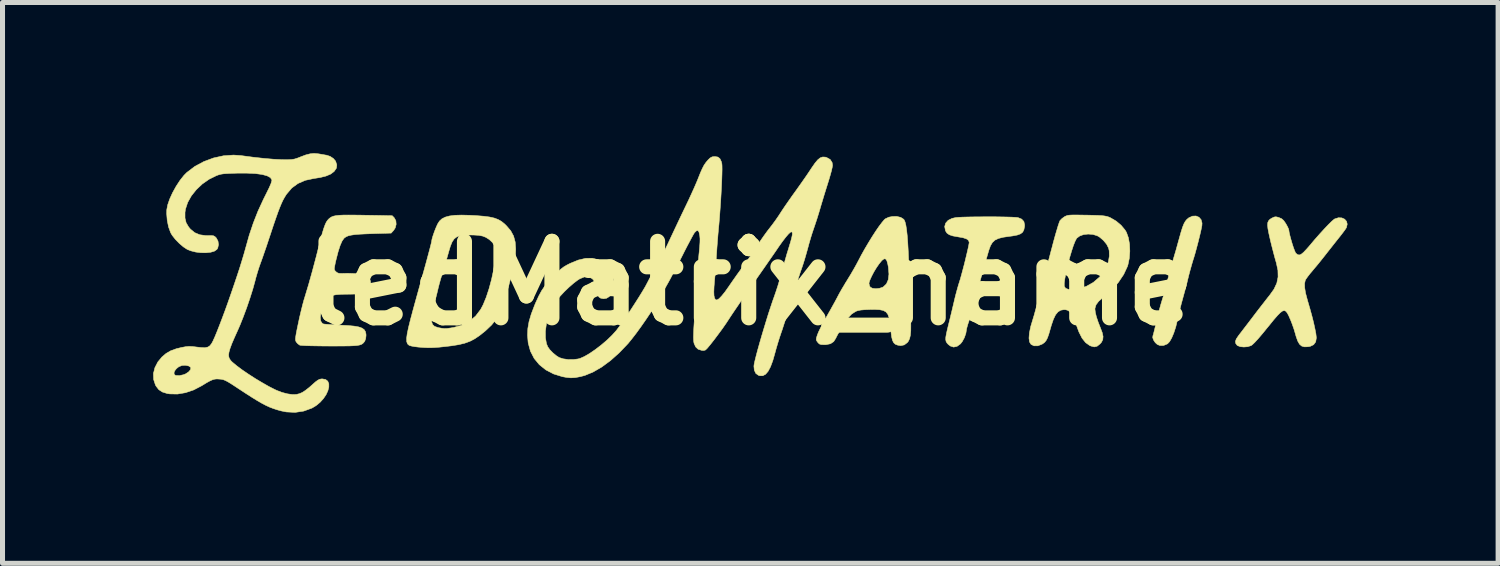
<source format=kicad_pcb>
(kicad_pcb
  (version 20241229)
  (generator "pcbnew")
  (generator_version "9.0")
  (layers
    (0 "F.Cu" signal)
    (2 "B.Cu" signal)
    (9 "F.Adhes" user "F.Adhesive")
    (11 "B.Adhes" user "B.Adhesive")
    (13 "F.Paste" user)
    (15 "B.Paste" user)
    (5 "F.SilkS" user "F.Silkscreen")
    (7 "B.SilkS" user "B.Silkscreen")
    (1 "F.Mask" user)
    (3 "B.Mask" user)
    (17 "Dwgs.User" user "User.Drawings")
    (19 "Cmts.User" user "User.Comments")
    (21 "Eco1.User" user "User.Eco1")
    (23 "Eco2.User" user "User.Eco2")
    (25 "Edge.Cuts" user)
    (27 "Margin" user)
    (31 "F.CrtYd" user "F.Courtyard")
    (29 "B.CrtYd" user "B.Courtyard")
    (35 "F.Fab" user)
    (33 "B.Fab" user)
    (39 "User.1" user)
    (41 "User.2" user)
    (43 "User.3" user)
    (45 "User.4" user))
  (footprint "ledMatrix_name"
    (layer "F.Cu")
    (at 11.896 2.59)
    (property "Reference" "ledMatrix_name" (at 0 0 0) (layer "F.SilkS") (effects (font (size 1.524 1.524) (thickness 0.3))))
    (attr through_hole)
    (fp_poly (pts (xy 8.93 -1.314) (xy 8.972 -1.266) (xy 8.991 -1.198) (xy 8.988 -1.146) (xy 8.971 -1.061) (xy 8.946 -0.953) (xy 8.916 -0.831) (xy 8.883 -0.706) (xy 8.851 -0.588) (xy 8.821 -0.488) (xy 8.817 -0.478) (xy 8.787 -0.377) (xy 8.754 -0.26) (xy 8.724 -0.147) (xy 8.715 -0.109) (xy 8.691 -0.009) (xy 8.66 0.108) (xy 8.628 0.226) (xy 8.608 0.299) (xy 8.577 0.412) (xy 8.545 0.541) (xy 8.515 0.666) (xy 8.5 0.735) (xy 8.468 0.869) (xy 8.429 0.989) (xy 8.387 1.089) (xy 8.344 1.164) (xy 8.303 1.207) (xy 8.224 1.24) (xy 8.148 1.239) (xy 8.099 1.218) (xy 8.059 1.182) (xy 8.027 1.134) (xy 8.009 1.086) (xy 8.012 1.05) (xy 8.012 1.049) (xy 8.02 1.025) (xy 8.033 0.974) (xy 8.051 0.901) (xy 8.071 0.814) (xy 8.075 0.796) (xy 8.101 0.682) (xy 8.133 0.557) (xy 8.166 0.437) (xy 8.19 0.356) (xy 8.223 0.248) (xy 8.257 0.126) (xy 8.287 0.009) (xy 8.301 -0.047) (xy 8.328 -0.154) (xy 8.36 -0.277) (xy 8.394 -0.395) (xy 8.409 -0.445) (xy 8.438 -0.543) (xy 8.473 -0.662) (xy 8.507 -0.785) (xy 8.536 -0.889) (xy 8.571 -1.014) (xy 8.601 -1.11) (xy 8.629 -1.181) (xy 8.657 -1.232) (xy 8.688 -1.27) (xy 8.724 -1.3) (xy 8.726 -1.302) (xy 8.801 -1.336) (xy 8.871 -1.339) (xy 8.93 -1.314)) (stroke (width 0.01) (type solid)) (fill yes) (layer "F.SilkS"))
    (fp_poly (pts (xy 4.847 -1.323) (xy 4.977 -1.321) (xy 5.095 -1.319) (xy 5.195 -1.316) (xy 5.272 -1.312) (xy 5.319 -1.308) (xy 5.325 -1.307) (xy 5.399 -1.277) (xy 5.443 -1.229) (xy 5.458 -1.16) (xy 5.456 -1.127) (xy 5.443 -1.064) (xy 5.419 -1.017) (xy 5.377 -0.984) (xy 5.313 -0.96) (xy 5.22 -0.942) (xy 5.158 -0.934) (xy 5.033 -0.916) (xy 4.938 -0.892) (xy 4.868 -0.859) (xy 4.817 -0.812) (xy 4.778 -0.747) (xy 4.747 -0.662) (xy 4.727 -0.594) (xy 4.7 -0.501) (xy 4.668 -0.39) (xy 4.633 -0.265) (xy 4.596 -0.133) (xy 4.559 0.000149) (xy 4.524 0.128) (xy 4.493 0.244) (xy 4.466 0.344) (xy 4.446 0.419) (xy 4.436 0.463) (xy 4.415 0.543) (xy 4.387 0.639) (xy 4.357 0.73) (xy 4.354 0.74) (xy 4.329 0.812) (xy 4.311 0.874) (xy 4.301 0.915) (xy 4.3 0.923) (xy 4.288 0.998) (xy 4.258 1.084) (xy 4.216 1.162) (xy 4.181 1.207) (xy 4.112 1.257) (xy 4.044 1.272) (xy 3.978 1.25) (xy 3.936 1.217) (xy 3.911 1.189) (xy 3.894 1.16) (xy 3.887 1.125) (xy 3.888 1.077) (xy 3.899 1.012) (xy 3.919 0.922) (xy 3.947 0.807) (xy 3.975 0.693) (xy 4.005 0.57) (xy 4.033 0.452) (xy 4.056 0.355) (xy 4.056 0.354) (xy 4.081 0.25) (xy 4.111 0.138) (xy 4.14 0.035) (xy 4.154 -0.009) (xy 4.176 -0.079) (xy 4.201 -0.169) (xy 4.229 -0.273) (xy 4.258 -0.383) (xy 4.285 -0.494) (xy 4.31 -0.598) (xy 4.331 -0.689) (xy 4.346 -0.761) (xy 4.354 -0.806) (xy 4.354 -0.815) (xy 4.341 -0.853) (xy 4.3 -0.883) (xy 4.228 -0.907) (xy 4.128 -0.924) (xy 4.028 -0.942) (xy 3.957 -0.966) (xy 3.911 -0.999) (xy 3.882 -1.044) (xy 3.881 -1.049) (xy 3.866 -1.128) (xy 3.885 -1.196) (xy 3.935 -1.252) (xy 4.013 -1.291) (xy 4.084 -1.307) (xy 4.137 -1.312) (xy 4.218 -1.316) (xy 4.322 -1.319) (xy 4.443 -1.321) (xy 4.574 -1.322) (xy 4.711 -1.323) (xy 4.847 -1.323)) (stroke (width 0.01) (type solid)) (fill yes) (layer "F.SilkS"))
    (fp_poly (pts (xy 2.917 -1.329) (xy 2.991 -1.311) (xy 3.046 -1.276) (xy 3.059 -1.261) (xy 3.077 -1.22) (xy 3.093 -1.156) (xy 3.107 -1.066) (xy 3.12 -0.949) (xy 3.131 -0.803) (xy 3.141 -0.625) (xy 3.15 -0.414) (xy 3.157 -0.208) (xy 3.162 -0.045) (xy 3.167 0.117) (xy 3.172 0.272) (xy 3.177 0.414) (xy 3.181 0.537) (xy 3.185 0.634) (xy 3.187 0.682) (xy 3.192 0.829) (xy 3.191 0.945) (xy 3.183 1.035) (xy 3.167 1.103) (xy 3.144 1.153) (xy 3.124 1.18) (xy 3.061 1.228) (xy 2.99 1.243) (xy 2.926 1.232) (xy 2.882 1.214) (xy 2.85 1.184) (xy 2.827 1.138) (xy 2.81 1.07) (xy 2.797 0.973) (xy 2.792 0.926) (xy 2.778 0.793) (xy 2.76 0.693) (xy 2.735 0.621) (xy 2.697 0.572) (xy 2.643 0.542) (xy 2.568 0.527) (xy 2.468 0.522) (xy 2.388 0.523) (xy 2.278 0.527) (xy 2.196 0.534) (xy 2.136 0.546) (xy 2.097 0.56) (xy 2.014 0.613) (xy 1.937 0.694) (xy 1.871 0.794) (xy 1.866 0.803) (xy 1.83 0.869) (xy 1.788 0.937) (xy 1.777 0.953) (xy 1.74 1.013) (xy 1.707 1.075) (xy 1.7 1.092) (xy 1.656 1.162) (xy 1.592 1.205) (xy 1.504 1.223) (xy 1.473 1.224) (xy 1.413 1.222) (xy 1.375 1.212) (xy 1.348 1.189) (xy 1.337 1.175) (xy 1.316 1.146) (xy 1.308 1.121) (xy 1.312 1.089) (xy 1.328 1.038) (xy 1.334 1.021) (xy 1.355 0.969) (xy 1.391 0.895) (xy 1.437 0.805) (xy 1.49 0.709) (xy 1.521 0.654) (xy 1.578 0.554) (xy 1.633 0.455) (xy 1.683 0.365) (xy 1.722 0.292) (xy 1.736 0.265) (xy 1.77 0.201) (xy 1.818 0.116) (xy 1.874 0.023) (xy 1.883 0.007) (xy 2.359 0.007) (xy 2.37 0.054) (xy 2.387 0.08) (xy 2.43 0.102) (xy 2.494 0.109) (xy 2.565 0.102) (xy 2.629 0.081) (xy 2.645 0.072) (xy 2.706 0.014) (xy 2.743 -0.071) (xy 2.756 -0.181) (xy 2.745 -0.317) (xy 2.733 -0.381) (xy 2.714 -0.449) (xy 2.689 -0.484) (xy 2.657 -0.485) (xy 2.615 -0.453) (xy 2.561 -0.387) (xy 2.56 -0.386) (xy 2.506 -0.308) (xy 2.455 -0.223) (xy 2.411 -0.139) (xy 2.378 -0.066) (xy 2.36 -0.009) (xy 2.359 0.007) (xy 1.883 0.007) (xy 1.93 -0.069) (xy 1.932 -0.073) (xy 1.991 -0.169) (xy 2.051 -0.272) (xy 2.106 -0.37) (xy 2.147 -0.447) (xy 2.207 -0.562) (xy 2.275 -0.683) (xy 2.347 -0.805) (xy 2.42 -0.924) (xy 2.491 -1.034) (xy 2.557 -1.13) (xy 2.615 -1.207) (xy 2.66 -1.261) (xy 2.683 -1.282) (xy 2.753 -1.315) (xy 2.834 -1.33) (xy 2.917 -1.329)) (stroke (width 0.01) (type solid)) (fill yes) (layer "F.SilkS"))
    (fp_poly (pts (xy 10.507 -1.313) (xy 10.526 -1.306) (xy 10.578 -1.283) (xy 10.617 -1.248) (xy 10.657 -1.19) (xy 10.662 -1.182) (xy 10.693 -1.126) (xy 10.714 -1.079) (xy 10.72 -1.055) (xy 10.726 -1.012) (xy 10.741 -0.947) (xy 10.762 -0.869) (xy 10.786 -0.787) (xy 10.811 -0.71) (xy 10.835 -0.646) (xy 10.853 -0.606) (xy 10.858 -0.599) (xy 10.891 -0.571) (xy 10.925 -0.562) (xy 10.963 -0.575) (xy 11.01 -0.613) (xy 11.071 -0.677) (xy 11.117 -0.729) (xy 11.229 -0.862) (xy 11.334 -0.981) (xy 11.428 -1.084) (xy 11.508 -1.168) (xy 11.572 -1.231) (xy 11.617 -1.27) (xy 11.631 -1.28) (xy 11.706 -1.304) (xy 11.774 -1.301) (xy 11.83 -1.276) (xy 11.868 -1.233) (xy 11.882 -1.177) (xy 11.867 -1.111) (xy 11.862 -1.101) (xy 11.843 -1.072) (xy 11.806 -1.021) (xy 11.757 -0.957) (xy 11.703 -0.889) (xy 11.633 -0.801) (xy 11.555 -0.702) (xy 11.481 -0.608) (xy 11.442 -0.558) (xy 11.373 -0.471) (xy 11.295 -0.374) (xy 11.219 -0.284) (xy 11.192 -0.251) (xy 11.137 -0.186) (xy 11.091 -0.126) (xy 11.059 -0.08) (xy 11.047 -0.059) (xy 11.033 0.006) (xy 11.035 0.089) (xy 11.052 0.195) (xy 11.087 0.327) (xy 11.095 0.356) (xy 11.139 0.507) (xy 11.179 0.652) (xy 11.213 0.787) (xy 11.239 0.907) (xy 11.258 1.004) (xy 11.266 1.075) (xy 11.267 1.089) (xy 11.254 1.168) (xy 11.213 1.224) (xy 11.145 1.257) (xy 11.098 1.265) (xy 11.029 1.267) (xy 10.975 1.251) (xy 10.932 1.214) (xy 10.896 1.151) (xy 10.863 1.057) (xy 10.849 1.007) (xy 10.822 0.915) (xy 10.786 0.813) (xy 10.75 0.721) (xy 10.748 0.718) (xy 10.716 0.645) (xy 10.687 0.591) (xy 10.659 0.557) (xy 10.628 0.544) (xy 10.592 0.554) (xy 10.547 0.588) (xy 10.49 0.646) (xy 10.417 0.73) (xy 10.327 0.842) (xy 10.296 0.879) (xy 10.195 1.003) (xy 10.11 1.103) (xy 10.042 1.177) (xy 9.992 1.225) (xy 9.968 1.242) (xy 9.899 1.264) (xy 9.823 1.27) (xy 9.752 1.263) (xy 9.698 1.242) (xy 9.688 1.234) (xy 9.661 1.197) (xy 9.656 1.158) (xy 9.673 1.11) (xy 9.716 1.046) (xy 9.734 1.022) (xy 9.772 0.973) (xy 9.827 0.901) (xy 9.893 0.815) (xy 9.964 0.722) (xy 10.023 0.644) (xy 10.097 0.547) (xy 10.173 0.449) (xy 10.243 0.359) (xy 10.302 0.283) (xy 10.336 0.241) (xy 10.424 0.118) (xy 10.48 -0.002) (xy 10.505 -0.125) (xy 10.502 -0.257) (xy 10.47 -0.407) (xy 10.461 -0.437) (xy 10.44 -0.511) (xy 10.414 -0.609) (xy 10.385 -0.721) (xy 10.357 -0.833) (xy 10.349 -0.868) (xy 10.321 -0.993) (xy 10.303 -1.087) (xy 10.296 -1.157) (xy 10.3 -1.208) (xy 10.317 -1.245) (xy 10.345 -1.274) (xy 10.382 -1.297) (xy 10.427 -1.318) (xy 10.462 -1.323) (xy 10.507 -1.313)) (stroke (width 0.01) (type solid)) (fill yes) (layer "F.SilkS"))
    (fp_poly (pts (xy -7.875 -1.357) (xy -7.711 -1.355) (xy -7.678 -1.354) (xy -7.542 -1.352) (xy -7.419 -1.35) (xy -7.312 -1.348) (xy -7.227 -1.346) (xy -7.167 -1.345) (xy -7.138 -1.344) (xy -7.135 -1.344) (xy -7.122 -1.331) (xy -7.095 -1.303) (xy -7.063 -1.244) (xy -7.057 -1.173) (xy -7.076 -1.101) (xy -7.107 -1.053) (xy -7.157 -0.998) (xy -7.511 -0.988) (xy -7.665 -0.982) (xy -7.788 -0.976) (xy -7.884 -0.968) (xy -7.956 -0.957) (xy -8.011 -0.944) (xy -8.053 -0.926) (xy -8.085 -0.904) (xy -8.096 -0.894) (xy -8.134 -0.84) (xy -8.173 -0.751) (xy -8.213 -0.627) (xy -8.253 -0.471) (xy -8.267 -0.412) (xy -8.281 -0.341) (xy -8.288 -0.297) (xy -8.286 -0.269) (xy -8.275 -0.249) (xy -8.257 -0.23) (xy -8.23 -0.209) (xy -8.198 -0.197) (xy -8.148 -0.194) (xy -8.096 -0.196) (xy -8.015 -0.197) (xy -7.919 -0.194) (xy -7.827 -0.19) (xy -7.821 -0.189) (xy -7.743 -0.182) (xy -7.691 -0.173) (xy -7.656 -0.158) (xy -7.626 -0.136) (xy -7.617 -0.126) (xy -7.582 -0.084) (xy -7.568 -0.036) (xy -7.566 0.009) (xy -7.57 0.075) (xy -7.584 0.126) (xy -7.613 0.163) (xy -7.661 0.189) (xy -7.732 0.206) (xy -7.829 0.214) (xy -7.958 0.218) (xy -8 0.218) (xy -8.14 0.22) (xy -8.25 0.228) (xy -8.333 0.244) (xy -8.396 0.271) (xy -8.444 0.312) (xy -8.48 0.368) (xy -8.512 0.442) (xy -8.52 0.464) (xy -8.555 0.585) (xy -8.568 0.682) (xy -8.559 0.754) (xy -8.528 0.799) (xy -8.512 0.809) (xy -8.485 0.814) (xy -8.428 0.819) (xy -8.347 0.825) (xy -8.25 0.831) (xy -8.164 0.835) (xy -8.013 0.843) (xy -7.894 0.854) (xy -7.804 0.87) (xy -7.739 0.893) (xy -7.695 0.923) (xy -7.67 0.962) (xy -7.658 1.012) (xy -7.657 1.044) (xy -7.664 1.102) (xy -7.681 1.151) (xy -7.685 1.157) (xy -7.704 1.183) (xy -7.725 1.203) (xy -7.751 1.219) (xy -7.788 1.231) (xy -7.838 1.24) (xy -7.905 1.245) (xy -7.995 1.249) (xy -8.109 1.25) (xy -8.254 1.251) (xy -8.377 1.251) (xy -8.517 1.25) (xy -8.647 1.248) (xy -8.762 1.246) (xy -8.857 1.243) (xy -8.928 1.239) (xy -8.968 1.235) (xy -8.975 1.234) (xy -9.015 1.206) (xy -9.045 1.172) (xy -9.055 1.154) (xy -9.061 1.133) (xy -9.062 1.104) (xy -9.057 1.062) (xy -9.047 1) (xy -9.03 0.914) (xy -9.007 0.804) (xy -8.981 0.682) (xy -8.951 0.555) (xy -8.921 0.434) (xy -8.893 0.331) (xy -8.878 0.283) (xy -8.801 0.028) (xy -8.725 -0.244) (xy -8.646 -0.541) (xy -8.599 -0.728) (xy -8.56 -0.879) (xy -8.527 -1) (xy -8.498 -1.094) (xy -8.472 -1.165) (xy -8.448 -1.217) (xy -8.422 -1.255) (xy -8.398 -1.281) (xy -8.37 -1.304) (xy -8.34 -1.322) (xy -8.303 -1.336) (xy -8.255 -1.346) (xy -8.193 -1.353) (xy -8.111 -1.357) (xy -8.006 -1.358) (xy -7.875 -1.357)) (stroke (width 0.01) (type solid)) (fill yes) (layer "F.SilkS"))
    (fp_poly (pts (xy -5.592 -1.353) (xy -5.461 -1.346) (xy -5.314 -1.334) (xy -5.198 -1.319) (xy -5.104 -1.298) (xy -5.027 -1.269) (xy -4.959 -1.23) (xy -4.895 -1.178) (xy -4.861 -1.144) (xy -4.776 -1.045) (xy -4.719 -0.94) (xy -4.687 -0.822) (xy -4.677 -0.683) (xy -4.677 -0.671) (xy -4.68 -0.588) (xy -4.686 -0.507) (xy -4.694 -0.444) (xy -4.696 -0.435) (xy -4.732 -0.281) (xy -4.771 -0.121) (xy -4.812 0.037) (xy -4.854 0.187) (xy -4.895 0.324) (xy -4.933 0.443) (xy -4.967 0.536) (xy -4.989 0.589) (xy -5.062 0.714) (xy -5.156 0.831) (xy -5.279 0.948) (xy -5.288 0.955) (xy -5.393 1.039) (xy -5.49 1.105) (xy -5.587 1.156) (xy -5.691 1.194) (xy -5.811 1.223) (xy -5.954 1.246) (xy -6.073 1.26) (xy -6.192 1.273) (xy -6.286 1.28) (xy -6.366 1.284) (xy -6.442 1.283) (xy -6.525 1.279) (xy -6.622 1.271) (xy -6.694 1.262) (xy -6.757 1.25) (xy -6.796 1.238) (xy -6.798 1.237) (xy -6.83 1.209) (xy -6.847 1.164) (xy -6.849 1.097) (xy -6.837 1.006) (xy -6.814 0.896) (xy -6.803 0.848) (xy -6.791 0.803) (xy -6.78 0.756) (xy -6.767 0.705) (xy -6.759 0.676) (xy -6.354 0.676) (xy -6.352 0.762) (xy -6.333 0.821) (xy -6.293 0.859) (xy -6.227 0.882) (xy -6.204 0.887) (xy -6.143 0.898) (xy -6.093 0.903) (xy -6.042 0.901) (xy -5.978 0.892) (xy -5.911 0.881) (xy -5.744 0.834) (xy -5.598 0.758) (xy -5.474 0.653) (xy -5.373 0.52) (xy -5.325 0.429) (xy -5.264 0.281) (xy -5.207 0.108) (xy -5.157 -0.078) (xy -5.117 -0.265) (xy -5.1 -0.368) (xy -5.083 -0.503) (xy -5.077 -0.609) (xy -5.084 -0.691) (xy -5.104 -0.757) (xy -5.139 -0.811) (xy -5.191 -0.86) (xy -5.211 -0.876) (xy -5.271 -0.914) (xy -5.335 -0.939) (xy -5.412 -0.954) (xy -5.511 -0.96) (xy -5.577 -0.961) (xy -5.693 -0.957) (xy -5.782 -0.947) (xy -5.85 -0.923) (xy -5.902 -0.883) (xy -5.943 -0.822) (xy -5.978 -0.736) (xy -6.013 -0.619) (xy -6.022 -0.586) (xy -6.053 -0.477) (xy -6.088 -0.356) (xy -6.122 -0.242) (xy -6.141 -0.181) (xy -6.171 -0.085) (xy -6.199 0.015) (xy -6.222 0.106) (xy -6.231 0.145) (xy -6.253 0.236) (xy -6.28 0.337) (xy -6.304 0.418) (xy -6.328 0.504) (xy -6.346 0.598) (xy -6.354 0.676) (xy -6.759 0.676) (xy -6.751 0.647) (xy -6.733 0.577) (xy -6.71 0.493) (xy -6.682 0.391) (xy -6.648 0.268) (xy -6.607 0.12) (xy -6.558 -0.056) (xy -6.501 -0.263) (xy -6.496 -0.281) (xy -6.459 -0.415) (xy -6.426 -0.538) (xy -6.397 -0.646) (xy -6.374 -0.734) (xy -6.358 -0.799) (xy -6.35 -0.834) (xy -6.35 -0.839) (xy -6.343 -0.879) (xy -6.325 -0.941) (xy -6.299 -1.017) (xy -6.269 -1.095) (xy -6.238 -1.165) (xy -6.23 -1.182) (xy -6.194 -1.238) (xy -6.145 -1.283) (xy -6.08 -1.316) (xy -5.996 -1.339) (xy -5.888 -1.353) (xy -5.755 -1.357) (xy -5.592 -1.353)) (stroke (width 0.01) (type solid)) (fill yes) (layer "F.SilkS"))
    (fp_poly (pts (xy 6.553 -1.358) (xy 6.674 -1.356) (xy 6.697 -1.356) (xy 6.823 -1.353) (xy 6.92 -1.35) (xy 6.992 -1.346) (xy 7.046 -1.34) (xy 7.088 -1.332) (xy 7.123 -1.322) (xy 7.158 -1.308) (xy 7.171 -1.301) (xy 7.281 -1.237) (xy 7.38 -1.153) (xy 7.459 -1.058) (xy 7.486 -1.012) (xy 7.524 -0.906) (xy 7.547 -0.778) (xy 7.553 -0.639) (xy 7.543 -0.499) (xy 7.516 -0.369) (xy 7.505 -0.334) (xy 7.431 -0.175) (xy 7.324 -0.016) (xy 7.188 0.136) (xy 7.025 0.278) (xy 7.017 0.285) (xy 6.932 0.36) (xy 6.88 0.43) (xy 6.859 0.499) (xy 6.858 0.515) (xy 6.866 0.582) (xy 6.888 0.672) (xy 6.923 0.776) (xy 6.965 0.883) (xy 7.003 0.983) (xy 7.02 1.061) (xy 7.014 1.123) (xy 6.988 1.176) (xy 6.96 1.208) (xy 6.902 1.254) (xy 6.845 1.268) (xy 6.779 1.251) (xy 6.753 1.24) (xy 6.672 1.182) (xy 6.601 1.093) (xy 6.539 0.97) (xy 6.514 0.903) (xy 6.468 0.777) (xy 6.429 0.682) (xy 6.393 0.613) (xy 6.358 0.568) (xy 6.321 0.541) (xy 6.278 0.528) (xy 6.241 0.526) (xy 6.178 0.537) (xy 6.123 0.57) (xy 6.074 0.629) (xy 6.031 0.718) (xy 5.99 0.838) (xy 5.97 0.907) (xy 5.94 1.012) (xy 5.913 1.088) (xy 5.885 1.142) (xy 5.853 1.18) (xy 5.813 1.209) (xy 5.806 1.213) (xy 5.722 1.246) (xy 5.646 1.247) (xy 5.586 1.218) (xy 5.556 1.17) (xy 5.545 1.094) (xy 5.553 0.99) (xy 5.58 0.86) (xy 5.616 0.74) (xy 5.647 0.638) (xy 5.68 0.517) (xy 5.712 0.394) (xy 5.732 0.309) (xy 5.756 0.208) (xy 5.781 0.106) (xy 5.796 0.053) (xy 6.247 0.053) (xy 6.248 0.062) (xy 6.274 0.101) (xy 6.329 0.122) (xy 6.414 0.125) (xy 6.529 0.11) (xy 6.533 0.109) (xy 6.685 0.063) (xy 6.824 -0.015) (xy 6.947 -0.12) (xy 7.047 -0.248) (xy 7.087 -0.321) (xy 7.126 -0.428) (xy 7.145 -0.541) (xy 7.142 -0.647) (xy 7.13 -0.699) (xy 7.091 -0.776) (xy 7.028 -0.852) (xy 6.954 -0.916) (xy 6.903 -0.946) (xy 6.817 -0.972) (xy 6.724 -0.979) (xy 6.633 -0.969) (xy 6.555 -0.941) (xy 6.499 -0.899) (xy 6.489 -0.886) (xy 6.461 -0.831) (xy 6.429 -0.75) (xy 6.396 -0.65) (xy 6.362 -0.537) (xy 6.33 -0.417) (xy 6.301 -0.297) (xy 6.276 -0.183) (xy 6.258 -0.083) (xy 6.247 -0.002) (xy 6.247 0.053) (xy 5.796 0.053) (xy 5.805 0.016) (xy 5.824 -0.047) (xy 5.839 -0.097) (xy 5.861 -0.177) (xy 5.889 -0.28) (xy 5.921 -0.401) (xy 5.956 -0.533) (xy 5.992 -0.671) (xy 5.997 -0.688) (xy 6.032 -0.822) (xy 6.066 -0.946) (xy 6.098 -1.055) (xy 6.125 -1.145) (xy 6.147 -1.21) (xy 6.161 -1.245) (xy 6.164 -1.249) (xy 6.202 -1.288) (xy 6.253 -1.325) (xy 6.26 -1.329) (xy 6.284 -1.34) (xy 6.31 -1.349) (xy 6.345 -1.355) (xy 6.393 -1.358) (xy 6.461 -1.359) (xy 6.553 -1.358)) (stroke (width 0.01) (type solid)) (fill yes) (layer "F.SilkS"))
    (fp_poly (pts (xy -8.613 -2.578) (xy -8.586 -2.574) (xy -8.522 -2.563) (xy -8.467 -2.553) (xy -8.444 -2.55) (xy -8.372 -2.526) (xy -8.307 -2.483) (xy -8.264 -2.432) (xy -8.239 -2.357) (xy -8.247 -2.292) (xy -8.29 -2.229) (xy -8.297 -2.222) (xy -8.361 -2.174) (xy -8.45 -2.136) (xy -8.567 -2.106) (xy -8.7 -2.085) (xy -8.868 -2.049) (xy -9.013 -1.986) (xy -9.136 -1.896) (xy -9.237 -1.777) (xy -9.246 -1.765) (xy -9.279 -1.712) (xy -9.31 -1.656) (xy -9.341 -1.59) (xy -9.374 -1.511) (xy -9.411 -1.414) (xy -9.453 -1.295) (xy -9.503 -1.15) (xy -9.556 -0.989) (xy -9.599 -0.861) (xy -9.641 -0.734) (xy -9.682 -0.616) (xy -9.717 -0.514) (xy -9.745 -0.436) (xy -9.755 -0.41) (xy -9.786 -0.322) (xy -9.82 -0.215) (xy -9.852 -0.105) (xy -9.869 -0.038) (xy -9.913 0.121) (xy -9.97 0.301) (xy -10.034 0.489) (xy -10.103 0.674) (xy -10.171 0.844) (xy -10.216 0.946) (xy -10.281 1.09) (xy -10.331 1.207) (xy -10.365 1.299) (xy -10.386 1.372) (xy -10.394 1.429) (xy -10.388 1.475) (xy -10.37 1.514) (xy -10.342 1.55) (xy -10.319 1.572) (xy -10.235 1.642) (xy -10.127 1.723) (xy -10.001 1.809) (xy -9.865 1.897) (xy -9.726 1.98) (xy -9.593 2.056) (xy -9.473 2.117) (xy -9.434 2.135) (xy -9.329 2.175) (xy -9.221 2.203) (xy -9.123 2.217) (xy -9.044 2.215) (xy -9.042 2.214) (xy -8.981 2.199) (xy -8.924 2.174) (xy -8.863 2.134) (xy -8.789 2.076) (xy -8.73 2.024) (xy -8.666 1.967) (xy -8.619 1.932) (xy -8.582 1.913) (xy -8.547 1.906) (xy -8.529 1.905) (xy -8.462 1.917) (xy -8.419 1.951) (xy -8.398 2.003) (xy -8.398 2.068) (xy -8.417 2.142) (xy -8.453 2.22) (xy -8.506 2.298) (xy -8.573 2.372) (xy -8.653 2.438) (xy -8.733 2.486) (xy -8.897 2.546) (xy -9.069 2.572) (xy -9.246 2.563) (xy -9.353 2.541) (xy -9.431 2.519) (xy -9.504 2.495) (xy -9.575 2.468) (xy -9.649 2.434) (xy -9.729 2.392) (xy -9.821 2.339) (xy -9.928 2.273) (xy -10.056 2.191) (xy -10.207 2.092) (xy -10.255 2.06) (xy -10.344 2.002) (xy -10.41 1.962) (xy -10.46 1.936) (xy -10.502 1.92) (xy -10.542 1.912) (xy -10.577 1.909) (xy -10.627 1.906) (xy -10.67 1.91) (xy -10.713 1.922) (xy -10.765 1.945) (xy -10.831 1.981) (xy -10.919 2.035) (xy -10.936 2.045) (xy -11.092 2.126) (xy -11.253 2.18) (xy -11.413 2.207) (xy -11.565 2.204) (xy -11.617 2.196) (xy -11.713 2.166) (xy -11.784 2.119) (xy -11.839 2.048) (xy -11.851 2.026) (xy -11.887 1.916) (xy -11.891 1.8) (xy -11.887 1.784) (xy -11.481 1.784) (xy -11.476 1.818) (xy -11.445 1.838) (xy -11.444 1.838) (xy -11.371 1.839) (xy -11.291 1.822) (xy -11.249 1.805) (xy -11.19 1.766) (xy -11.154 1.724) (xy -11.146 1.685) (xy -11.151 1.673) (xy -11.185 1.649) (xy -11.24 1.636) (xy -11.303 1.635) (xy -11.331 1.641) (xy -11.387 1.664) (xy -11.433 1.701) (xy -11.466 1.743) (xy -11.481 1.784) (xy -11.887 1.784) (xy -11.862 1.683) (xy -11.803 1.568) (xy -11.721 1.469) (xy -11.639 1.399) (xy -11.546 1.345) (xy -11.433 1.304) (xy -11.329 1.279) (xy -11.248 1.264) (xy -11.182 1.258) (xy -11.113 1.261) (xy -11.028 1.271) (xy -10.929 1.282) (xy -10.858 1.283) (xy -10.806 1.271) (xy -10.767 1.246) (xy -10.734 1.204) (xy -10.732 1.201) (xy -10.706 1.153) (xy -10.67 1.074) (xy -10.627 0.97) (xy -10.577 0.843) (xy -10.522 0.699) (xy -10.463 0.541) (xy -10.403 0.374) (xy -10.343 0.202) (xy -10.284 0.03) (xy -10.227 -0.139) (xy -10.174 -0.3) (xy -10.128 -0.449) (xy -10.088 -0.582) (xy -10.058 -0.689) (xy -9.983 -0.956) (xy -9.901 -1.2) (xy -9.809 -1.434) (xy -9.7 -1.671) (xy -9.638 -1.795) (xy -9.584 -1.905) (xy -9.549 -1.987) (xy -9.533 -2.041) (xy -9.532 -2.059) (xy -9.562 -2.104) (xy -9.627 -2.139) (xy -9.727 -2.166) (xy -9.861 -2.184) (xy -10.03 -2.192) (xy -10.217 -2.192) (xy -10.337 -2.188) (xy -10.427 -2.184) (xy -10.495 -2.179) (xy -10.547 -2.171) (xy -10.591 -2.159) (xy -10.634 -2.144) (xy -10.782 -2.071) (xy -10.918 -1.976) (xy -11.037 -1.863) (xy -11.136 -1.739) (xy -11.209 -1.608) (xy -11.253 -1.474) (xy -11.262 -1.41) (xy -11.262 -1.297) (xy -11.239 -1.203) (xy -11.189 -1.119) (xy -11.154 -1.077) (xy -11.069 -1.007) (xy -10.968 -0.965) (xy -10.846 -0.948) (xy -10.798 -0.949) (xy -10.733 -0.949) (xy -10.693 -0.944) (xy -10.665 -0.928) (xy -10.639 -0.902) (xy -10.605 -0.839) (xy -10.595 -0.768) (xy -10.61 -0.701) (xy -10.627 -0.673) (xy -10.676 -0.639) (xy -10.75 -0.617) (xy -10.843 -0.607) (xy -10.945 -0.608) (xy -11.05 -0.621) (xy -11.148 -0.646) (xy -11.218 -0.674) (xy -11.294 -0.724) (xy -11.376 -0.794) (xy -11.454 -0.874) (xy -11.517 -0.954) (xy -11.547 -1.005) (xy -11.589 -1.119) (xy -11.616 -1.251) (xy -11.627 -1.387) (xy -11.625 -1.463) (xy -11.606 -1.562) (xy -11.566 -1.678) (xy -11.509 -1.803) (xy -11.44 -1.928) (xy -11.363 -2.046) (xy -11.284 -2.146) (xy -11.227 -2.204) (xy -11.068 -2.325) (xy -10.888 -2.422) (xy -10.695 -2.494) (xy -10.495 -2.538) (xy -10.295 -2.552) (xy -10.151 -2.542) (xy -9.902 -2.509) (xy -9.683 -2.485) (xy -9.495 -2.469) (xy -9.34 -2.461) (xy -9.298 -2.46) (xy -9.206 -2.46) (xy -9.139 -2.464) (xy -9.085 -2.472) (xy -9.032 -2.488) (xy -8.969 -2.512) (xy -8.963 -2.515) (xy -8.857 -2.555) (xy -8.771 -2.577) (xy -8.693 -2.585) (xy -8.613 -2.578)) (stroke (width 0.01) (type solid)) (fill yes) (layer "F.SilkS"))
    (fp_poly (pts (xy -0.651 -2.513) (xy -0.61 -2.481) (xy -0.582 -2.422) (xy -0.571 -2.38) (xy -0.568 -2.339) (xy -0.567 -2.268) (xy -0.569 -2.17) (xy -0.573 -2.051) (xy -0.579 -1.915) (xy -0.587 -1.768) (xy -0.596 -1.615) (xy -0.607 -1.46) (xy -0.618 -1.308) (xy -0.63 -1.165) (xy -0.635 -1.116) (xy -0.647 -0.985) (xy -0.658 -0.849) (xy -0.668 -0.718) (xy -0.676 -0.602) (xy -0.681 -0.526) (xy -0.688 -0.411) (xy -0.697 -0.278) (xy -0.708 -0.147) (xy -0.716 -0.064) (xy -0.727 0.07) (xy -0.731 0.172) (xy -0.728 0.246) (xy -0.717 0.296) (xy -0.698 0.327) (xy -0.696 0.329) (xy -0.668 0.333) (xy -0.628 0.309) (xy -0.575 0.254) (xy -0.507 0.17) (xy -0.425 0.054) (xy -0.413 0.036) (xy -0.348 -0.058) (xy -0.272 -0.166) (xy -0.194 -0.274) (xy -0.136 -0.354) (xy -0.066 -0.45) (xy 0.008 -0.557) (xy 0.079 -0.663) (xy 0.129 -0.74) (xy 0.191 -0.836) (xy 0.264 -0.941) (xy 0.336 -1.04) (xy 0.375 -1.09) (xy 0.439 -1.173) (xy 0.506 -1.265) (xy 0.565 -1.351) (xy 0.592 -1.393) (xy 0.631 -1.453) (xy 0.686 -1.535) (xy 0.753 -1.631) (xy 0.824 -1.733) (xy 0.889 -1.823) (xy 0.964 -1.928) (xy 1.041 -2.037) (xy 1.114 -2.142) (xy 1.176 -2.234) (xy 1.215 -2.293) (xy 1.282 -2.39) (xy 1.338 -2.457) (xy 1.388 -2.497) (xy 1.437 -2.514) (xy 1.49 -2.511) (xy 1.516 -2.503) (xy 1.585 -2.465) (xy 1.624 -2.405) (xy 1.633 -2.347) (xy 1.627 -2.31) (xy 1.613 -2.246) (xy 1.59 -2.162) (xy 1.562 -2.066) (xy 1.545 -2.011) (xy 1.507 -1.89) (xy 1.466 -1.758) (xy 1.427 -1.629) (xy 1.393 -1.516) (xy 1.388 -1.497) (xy 1.356 -1.39) (xy 1.321 -1.277) (xy 1.286 -1.172) (xy 1.26 -1.095) (xy 1.231 -1.01) (xy 1.198 -0.905) (xy 1.165 -0.791) (xy 1.137 -0.687) (xy 1.107 -0.58) (xy 1.075 -0.47) (xy 1.043 -0.369) (xy 1.016 -0.29) (xy 0.995 -0.231) (xy 0.966 -0.143) (xy 0.931 -0.033) (xy 0.892 0.091) (xy 0.85 0.224) (xy 0.816 0.337) (xy 0.774 0.474) (xy 0.732 0.608) (xy 0.692 0.735) (xy 0.656 0.846) (xy 0.627 0.936) (xy 0.609 0.987) (xy 0.578 1.079) (xy 0.543 1.191) (xy 0.509 1.306) (xy 0.488 1.384) (xy 0.443 1.542) (xy 0.397 1.665) (xy 0.349 1.755) (xy 0.299 1.813) (xy 0.244 1.842) (xy 0.185 1.842) (xy 0.158 1.834) (xy 0.105 1.796) (xy 0.075 1.731) (xy 0.067 1.651) (xy 0.073 1.608) (xy 0.089 1.536) (xy 0.113 1.439) (xy 0.144 1.323) (xy 0.181 1.191) (xy 0.222 1.049) (xy 0.266 0.902) (xy 0.311 0.754) (xy 0.355 0.611) (xy 0.399 0.478) (xy 0.439 0.358) (xy 0.474 0.26) (xy 0.504 0.173) (xy 0.54 0.064) (xy 0.576 -0.056) (xy 0.609 -0.173) (xy 0.617 -0.203) (xy 0.65 -0.323) (xy 0.687 -0.454) (xy 0.724 -0.583) (xy 0.758 -0.693) (xy 0.763 -0.71) (xy 0.797 -0.822) (xy 0.819 -0.904) (xy 0.831 -0.961) (xy 0.833 -0.998) (xy 0.825 -1.019) (xy 0.819 -1.023) (xy 0.796 -1.017) (xy 0.757 -0.982) (xy 0.703 -0.92) (xy 0.637 -0.834) (xy 0.561 -0.727) (xy 0.542 -0.699) (xy 0.498 -0.634) (xy 0.437 -0.546) (xy 0.362 -0.438) (xy 0.278 -0.317) (xy 0.188 -0.188) (xy 0.095 -0.055) (xy 0.044 0.018) (xy -0.047 0.148) (xy -0.136 0.276) (xy -0.219 0.398) (xy -0.294 0.508) (xy -0.357 0.601) (xy -0.405 0.673) (xy -0.425 0.704) (xy -0.484 0.794) (xy -0.559 0.902) (xy -0.643 1.016) (xy -0.727 1.128) (xy -0.805 1.227) (xy -0.862 1.295) (xy -0.898 1.33) (xy -0.934 1.34) (xy -0.973 1.337) (xy -1.044 1.314) (xy -1.092 1.269) (xy -1.123 1.202) (xy -1.13 1.172) (xy -1.134 1.132) (xy -1.136 1.077) (xy -1.134 1.001) (xy -1.13 0.9) (xy -1.122 0.77) (xy -1.117 0.699) (xy -1.108 0.553) (xy -1.098 0.399) (xy -1.088 0.246) (xy -1.079 0.106) (xy -1.072 -0.012) (xy -1.071 -0.036) (xy -1.062 -0.166) (xy -1.051 -0.311) (xy -1.038 -0.454) (xy -1.027 -0.581) (xy -1.024 -0.606) (xy -1.013 -0.725) (xy -1.007 -0.816) (xy -1.006 -0.887) (xy -1.011 -0.945) (xy -1.022 -0.999) (xy -1.028 -1.021) (xy -1.047 -1.049) (xy -1.077 -1.044) (xy -1.115 -1.008) (xy -1.119 -1.002) (xy -1.137 -0.973) (xy -1.169 -0.915) (xy -1.211 -0.836) (xy -1.262 -0.74) (xy -1.318 -0.631) (xy -1.357 -0.553) (xy -1.419 -0.431) (xy -1.482 -0.31) (xy -1.542 -0.196) (xy -1.594 -0.096) (xy -1.636 -0.019) (xy -1.652 0.009) (xy -1.705 0.103) (xy -1.766 0.21) (xy -1.822 0.31) (xy -1.837 0.336) (xy -1.907 0.453) (xy -1.991 0.586) (xy -2.085 0.726) (xy -2.182 0.865) (xy -2.277 0.996) (xy -2.366 1.111) (xy -2.441 1.203) (xy -2.443 1.205) (xy -2.615 1.385) (xy -2.789 1.54) (xy -2.964 1.669) (xy -3.135 1.768) (xy -3.299 1.836) (xy -3.389 1.86) (xy -3.492 1.879) (xy -3.579 1.884) (xy -3.668 1.875) (xy -3.749 1.86) (xy -3.923 1.806) (xy -4.076 1.726) (xy -4.206 1.622) (xy -4.309 1.497) (xy -4.383 1.353) (xy -4.427 1.193) (xy -4.43 1.169) (xy -4.441 1.034) (xy -4.435 0.902) (xy -4.411 0.764) (xy -4.367 0.614) (xy -4.302 0.444) (xy -4.281 0.394) (xy -4.22 0.26) (xy -4.16 0.149) (xy -4.094 0.051) (xy -4.014 -0.045) (xy -3.919 -0.146) (xy -3.84 -0.224) (xy -3.776 -0.282) (xy -3.718 -0.326) (xy -3.657 -0.362) (xy -3.592 -0.395) (xy -3.431 -0.461) (xy -3.285 -0.495) (xy -3.153 -0.498) (xy -3.033 -0.469) (xy -2.938 -0.419) (xy -2.848 -0.339) (xy -2.781 -0.242) (xy -2.738 -0.133) (xy -2.721 -0.02) (xy -2.73 0.092) (xy -2.766 0.195) (xy -2.817 0.268) (xy -2.867 0.299) (xy -2.928 0.309) (xy -2.986 0.297) (xy -3.018 0.275) (xy -3.037 0.24) (xy -3.057 0.183) (xy -3.073 0.116) (xy -3.091 0.033) (xy -3.106 -0.022) (xy -3.123 -0.057) (xy -3.144 -0.082) (xy -3.17 -0.101) (xy -3.239 -0.128) (xy -3.315 -0.124) (xy -3.401 -0.088) (xy -3.444 -0.061) (xy -3.523 -0.001) (xy -3.613 0.077) (xy -3.705 0.165) (xy -3.79 0.256) (xy -3.862 0.34) (xy -3.905 0.399) (xy -3.975 0.529) (xy -4.029 0.669) (xy -4.066 0.814) (xy -4.085 0.956) (xy -4.084 1.088) (xy -4.064 1.202) (xy -4.039 1.265) (xy -3.998 1.323) (xy -3.936 1.387) (xy -3.867 1.444) (xy -3.81 1.48) (xy -3.733 1.505) (xy -3.635 1.519) (xy -3.531 1.52) (xy -3.435 1.508) (xy -3.396 1.498) (xy -3.308 1.459) (xy -3.203 1.398) (xy -3.088 1.319) (xy -2.971 1.229) (xy -2.858 1.133) (xy -2.757 1.035) (xy -2.673 0.942) (xy -2.663 0.929) (xy -2.605 0.851) (xy -2.535 0.752) (xy -2.457 0.638) (xy -2.376 0.516) (xy -2.295 0.391) (xy -2.218 0.27) (xy -2.15 0.159) (xy -2.095 0.066) (xy -2.059 -0.002) (xy -2.011 -0.094) (xy -1.953 -0.201) (xy -1.896 -0.305) (xy -1.868 -0.354) (xy -1.824 -0.432) (xy -1.771 -0.533) (xy -1.713 -0.648) (xy -1.655 -0.767) (xy -1.615 -0.853) (xy -1.559 -0.972) (xy -1.493 -1.112) (xy -1.422 -1.262) (xy -1.352 -1.409) (xy -1.288 -1.542) (xy -1.231 -1.661) (xy -1.176 -1.781) (xy -1.125 -1.893) (xy -1.083 -1.99) (xy -1.052 -2.064) (xy -1.046 -2.079) (xy -1 -2.195) (xy -0.961 -2.283) (xy -0.925 -2.352) (xy -0.886 -2.408) (xy -0.847 -2.454) (xy -0.803 -2.496) (xy -0.763 -2.517) (xy -0.713 -2.522) (xy -0.71 -2.522) (xy -0.651 -2.513)) (stroke (width 0.01) (type solid)) (fill yes) (layer "F.SilkS")))
  (gr_rect
    (start -3 -3)
    (end 26.783 8.167)
    (stroke (width 0.1) (type default))
    (fill no)
    (layer "Edge.Cuts")))
</source>
